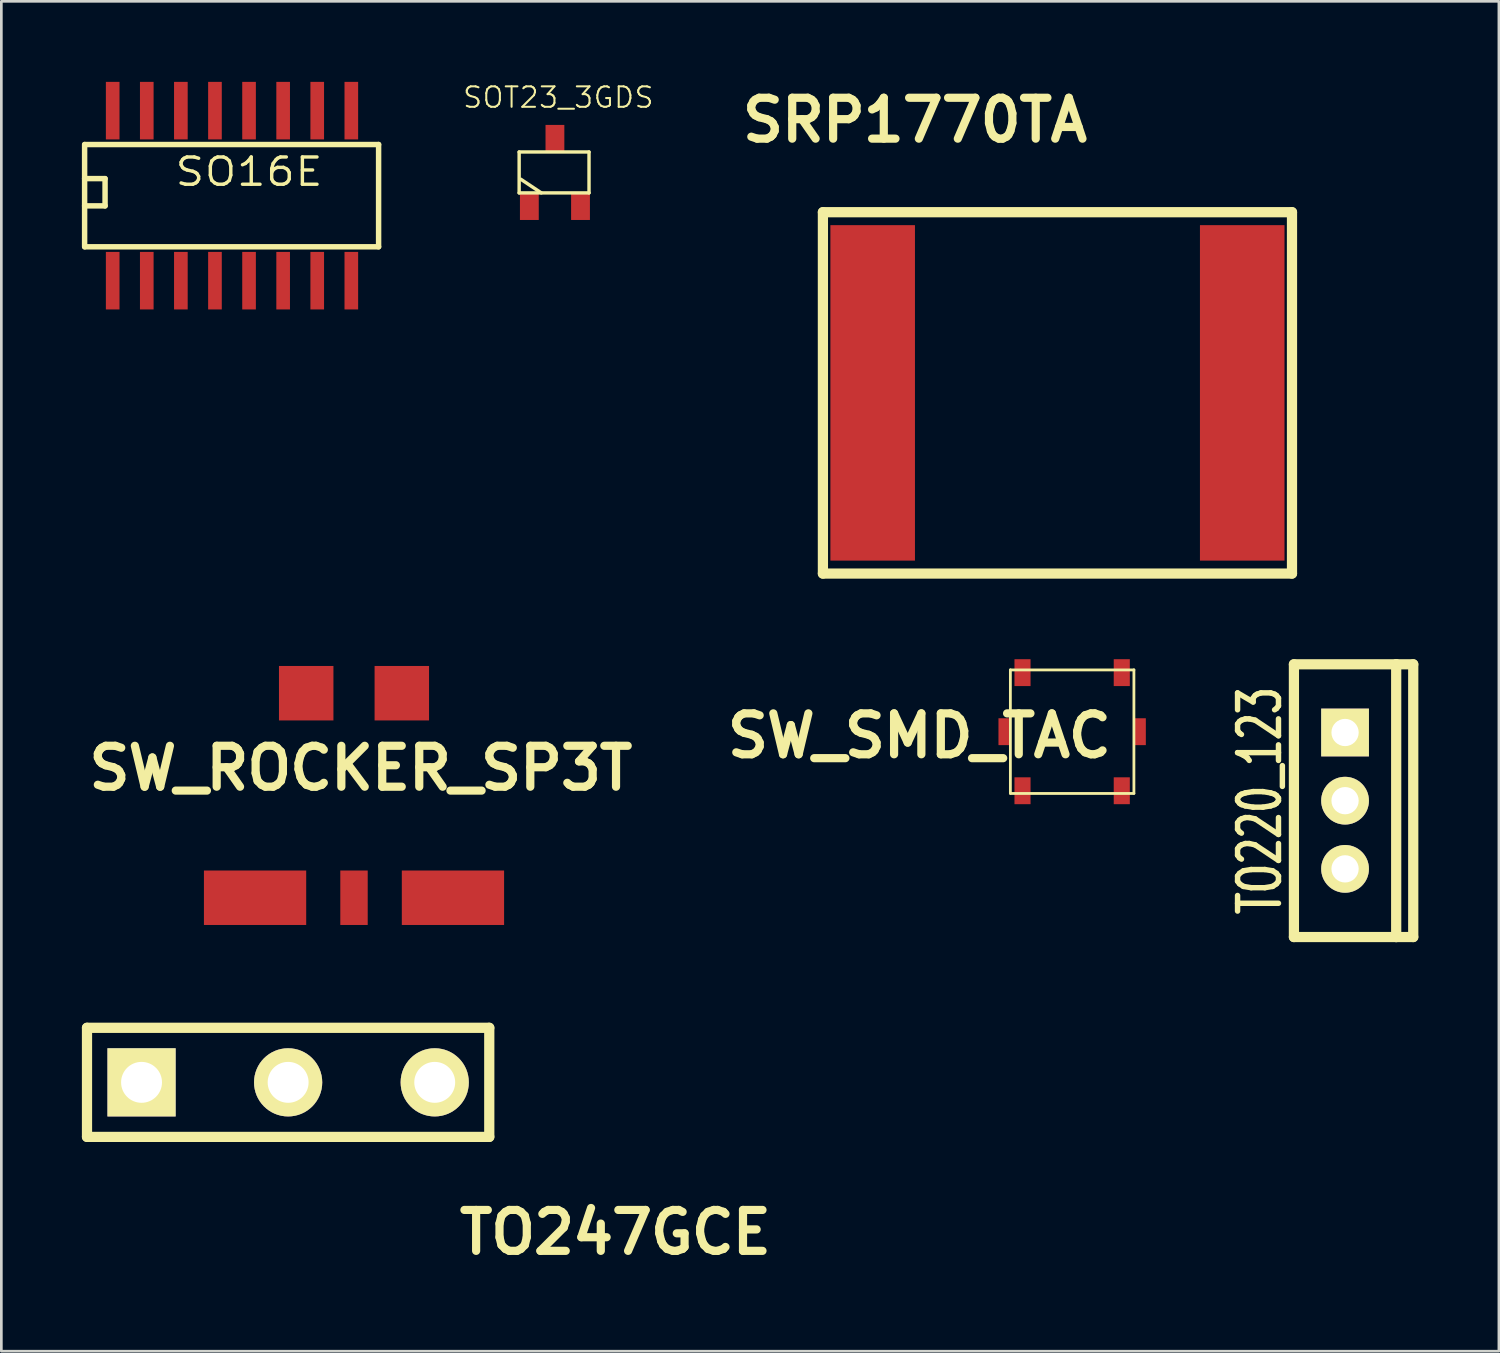
<source format=kicad_pcb>
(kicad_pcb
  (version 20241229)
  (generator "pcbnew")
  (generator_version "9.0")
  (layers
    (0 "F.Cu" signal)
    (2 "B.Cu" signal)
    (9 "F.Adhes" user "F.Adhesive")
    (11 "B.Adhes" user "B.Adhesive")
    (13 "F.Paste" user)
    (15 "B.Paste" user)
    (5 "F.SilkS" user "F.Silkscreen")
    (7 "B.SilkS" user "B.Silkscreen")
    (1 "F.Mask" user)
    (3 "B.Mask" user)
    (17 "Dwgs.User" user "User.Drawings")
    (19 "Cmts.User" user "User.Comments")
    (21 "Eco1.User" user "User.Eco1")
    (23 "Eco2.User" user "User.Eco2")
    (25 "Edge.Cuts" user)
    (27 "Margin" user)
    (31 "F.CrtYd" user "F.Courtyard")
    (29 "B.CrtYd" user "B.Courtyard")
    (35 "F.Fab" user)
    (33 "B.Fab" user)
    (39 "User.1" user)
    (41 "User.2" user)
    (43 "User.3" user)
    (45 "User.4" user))
  (footprint "SOT23_3GDS"
    (layer "F.Cu")
    (at 17.623 3.374)
    (property "Reference" "SOT23_3GDS" (at 0.127 -2.794 0) (layer "F.SilkS") (effects (font (size 0.762 0.762) (thickness 0.076))))
    (attr through_hole)
    (fp_line (start -1.333 -0.762) (end 1.27 -0.762) (stroke (width 0.127) (type solid)) (layer "F.SilkS"))
    (fp_line (start -1.333 0.762) (end -1.333 -0.762) (stroke (width 0.127) (type solid)) (layer "F.SilkS"))
    (fp_line (start -0.508 0.762) (end -1.27 0.254) (stroke (width 0.127) (type solid)) (layer "F.SilkS"))
    (fp_line (start 1.27 -0.762) (end 1.27 0.762) (stroke (width 0.127) (type solid)) (layer "F.SilkS"))
    (fp_line (start 1.27 0.762) (end -1.333 0.762) (stroke (width 0.127) (type solid)) (layer "F.SilkS"))
    (pad "D" smd rect (at 0 -1.27) (size 0.701 1.001) (layers "F.Cu" "F.Mask" "F.Paste"))
    (pad "G" smd rect (at -0.953 1.27) (size 0.701 1.001) (layers "F.Cu" "F.Mask" "F.Paste"))
    (pad "S" smd rect (at 0.953 1.27) (size 0.701 1.001) (layers "F.Cu" "F.Mask" "F.Paste")))
  (footprint "TO220_123"
    (layer "F.Cu")
    (at 47.058 26.778)
    (property "Reference" "TO220_123" (at -3.175 0 90) (layer "F.SilkS") (effects (font (size 1.524 1.016) (thickness 0.203))))
    (attr through_hole)
    (fp_line (start -1.905 -5.08) (end 1.905 -5.08) (stroke (width 0.381) (type solid)) (layer "F.SilkS"))
    (fp_line (start -1.905 5.08) (end -1.905 -5.08) (stroke (width 0.381) (type solid)) (layer "F.SilkS"))
    (fp_line (start 1.905 -5.08) (end 1.905 5.08) (stroke (width 0.381) (type solid)) (layer "F.SilkS"))
    (fp_line (start 1.905 -5.08) (end 2.54 -5.08) (stroke (width 0.381) (type solid)) (layer "F.SilkS"))
    (fp_line (start 1.905 5.08) (end -1.905 5.08) (stroke (width 0.381) (type solid)) (layer "F.SilkS"))
    (fp_line (start 2.54 -5.08) (end 2.54 5.08) (stroke (width 0.381) (type solid)) (layer "F.SilkS"))
    (fp_line (start 2.54 5.08) (end 1.905 5.08) (stroke (width 0.381) (type solid)) (layer "F.SilkS"))
    (pad "1" thru_hole rect (at 0 -2.54) (size 1.778 1.778) (drill 1.016) (layers "*.Cu" "*.Mask" "F.SilkS"))
    (pad "2" thru_hole circle (at 0 0) (size 1.778 1.778) (drill 1.016) (layers "*.Cu" "*.Mask" "F.SilkS"))
    (pad "3" thru_hole circle (at 0 2.54) (size 1.778 1.778) (drill 1.016) (layers "*.Cu" "*.Mask" "F.SilkS")))
  (footprint "SRP1770TA"
    (layer "F.Cu")
    (at 31.035 11.586)
    (property "Reference" "SRP1770TA" (at 0 -10.16 0) (layer "F.SilkS") (effects (font (size 1.524 1.524) (thickness 0.305))))
    (attr through_hole)
    (fp_line (start -3.429 -6.731) (end -3.429 6.731) (stroke (width 0.381) (type solid)) (layer "F.SilkS"))
    (fp_line (start -3.429 -6.731) (end 14.046 -6.731) (stroke (width 0.381) (type solid)) (layer "F.SilkS"))
    (fp_line (start -3.429 6.731) (end 14.046 6.731) (stroke (width 0.381) (type solid)) (layer "F.SilkS"))
    (fp_line (start 14.046 -6.731) (end 14.046 6.731) (stroke (width 0.381) (type solid)) (layer "F.SilkS"))
    (pad "1" smd rect (at -1.575 0) (size 3.15 12.497) (layers "F.Cu" "F.Mask" "F.Paste"))
    (pad "2" smd rect (at 12.192 0) (size 3.15 12.497) (layers "F.Cu" "F.Mask" "F.Paste")))
  (footprint "SW_ROCKER_SP3T"
    (layer "F.Cu")
    (at 10.138 21.758)
    (property "Reference" "SW_ROCKER_SP3T" (at 0.254 3.81 0) (layer "F.SilkS") (effects (font (size 1.524 1.524) (thickness 0.305))))
    (attr through_hole)
    (pad "" smd rect (at -1.781 1.016) (size 2.029 2.029) (layers "F.Cu" "F.Mask" "F.Paste"))
    (pad "" smd rect (at 1.781 1.016) (size 2.029 2.029) (layers "F.Cu" "F.Mask" "F.Paste"))
    (pad "1" smd rect (at -3.686 8.636) (size 3.81 2.029) (layers "F.Cu" "F.Mask" "F.Paste"))
    (pad "2" smd rect (at 0 8.636) (size 1.021 2.029) (layers "F.Cu" "F.Mask" "F.Paste"))
    (pad "3" smd rect (at 3.686 8.636) (size 3.81 2.029) (layers "F.Cu" "F.Mask" "F.Paste")))
  (footprint "SO16E"
    (layer "F.Cu")
    (at 6.228 4.112)
    (property "Reference" "SO16E" (at 0 -0.762 0) (layer "F.SilkS") (effects (font (size 1.016 1.143) (thickness 0.127))))
    (attr smd)
    (fp_line (start -6.126 -0.508) (end -5.364 -0.508) (stroke (width 0.203) (type solid)) (layer "F.SilkS"))
    (fp_line (start -6.126 2.032) (end -6.126 -1.778) (stroke (width 0.203) (type solid)) (layer "F.SilkS"))
    (fp_line (start -6.121 -1.778) (end 4.826 -1.778) (stroke (width 0.203) (type solid)) (layer "F.SilkS"))
    (fp_line (start -6.121 2.032) (end 4.826 2.032) (stroke (width 0.203) (type solid)) (layer "F.SilkS"))
    (fp_line (start -5.364 -0.508) (end -5.364 0.508) (stroke (width 0.203) (type solid)) (layer "F.SilkS"))
    (fp_line (start -5.364 0.508) (end -6.126 0.508) (stroke (width 0.203) (type solid)) (layer "F.SilkS"))
    (fp_line (start 4.826 -1.778) (end 4.826 2.032) (stroke (width 0.203) (type solid)) (layer "F.SilkS"))
    (pad "1" smd rect (at -5.08 3.294 180) (size 0.508 2.144) (layers "F.Cu" "F.Mask" "F.Paste"))
    (pad "2" smd rect (at -3.81 3.294) (size 0.508 2.144) (layers "F.Cu" "F.Mask" "F.Paste"))
    (pad "3" smd rect (at -2.54 3.294) (size 0.508 2.144) (layers "F.Cu" "F.Mask" "F.Paste"))
    (pad "4" smd rect (at -1.27 3.294) (size 0.508 2.144) (layers "F.Cu" "F.Mask" "F.Paste"))
    (pad "5" smd rect (at 0 3.294) (size 0.508 2.144) (layers "F.Cu" "F.Mask" "F.Paste"))
    (pad "6" smd rect (at 1.27 3.294) (size 0.508 2.144) (layers "F.Cu" "F.Mask" "F.Paste"))
    (pad "7" smd rect (at 2.54 3.294) (size 0.508 2.144) (layers "F.Cu" "F.Mask" "F.Paste"))
    (pad "8" smd rect (at 3.81 3.294) (size 0.508 2.144) (layers "F.Cu" "F.Mask" "F.Paste"))
    (pad "9" smd rect (at 3.81 -3.04 180) (size 0.508 2.144) (layers "F.Cu" "F.Mask" "F.Paste"))
    (pad "10" smd rect (at 2.54 -3.04 180) (size 0.508 2.144) (layers "F.Cu" "F.Mask" "F.Paste"))
    (pad "11" smd rect (at 1.27 -3.04 180) (size 0.508 2.144) (layers "F.Cu" "F.Mask" "F.Paste"))
    (pad "12" smd rect (at 0 -3.04 180) (size 0.508 2.144) (layers "F.Cu" "F.Mask" "F.Paste"))
    (pad "13" smd rect (at -1.27 -3.04 180) (size 0.508 2.144) (layers "F.Cu" "F.Mask" "F.Paste"))
    (pad "14" smd rect (at -2.54 -3.04 180) (size 0.508 2.144) (layers "F.Cu" "F.Mask" "F.Paste"))
    (pad "15" smd rect (at -3.81 -3.04 180) (size 0.508 2.144) (layers "F.Cu" "F.Mask" "F.Paste"))
    (pad "16" smd rect (at -5.08 -3.04 180) (size 0.508 2.144) (layers "F.Cu" "F.Mask" "F.Paste")))
  (footprint "SW_SMD_TAC"
    (layer "F.Cu")
    (at 36.891 24.208)
    (property "Reference" "SW_SMD_TAC" (at -5.69 0.152 0) (layer "F.SilkS") (effects (font (size 1.524 1.524) (thickness 0.305))))
    (attr through_hole)
    (fp_line (start -2.301 2.296) (end -2.301 -2.304) (stroke (width 0.104) (type solid)) (layer "F.SilkS"))
    (fp_line (start -2.299 -2.301) (end 2.301 -2.301) (stroke (width 0.104) (type solid)) (layer "F.SilkS"))
    (fp_line (start -2.299 2.301) (end 2.301 2.301) (stroke (width 0.104) (type solid)) (layer "F.SilkS"))
    (fp_line (start 2.301 2.296) (end 2.301 -2.304) (stroke (width 0.104) (type solid)) (layer "F.SilkS"))
    (pad "" smd rect (at -2.52 0) (size 0.45 1.001) (layers "F.Cu" "F.Mask" "F.Paste"))
    (pad "" smd rect (at 2.52 0) (size 0.45 1.001) (layers "F.Cu" "F.Mask" "F.Paste"))
    (pad "1" smd rect (at -1.849 -2.2) (size 0.599 1.001) (layers "F.Cu" "F.Mask" "F.Paste"))
    (pad "1" smd rect (at -1.849 2.2) (size 0.599 1.001) (layers "F.Cu" "F.Mask" "F.Paste"))
    (pad "2" smd rect (at 1.849 -2.2) (size 0.599 1.001) (layers "F.Cu" "F.Mask" "F.Paste"))
    (pad "2" smd rect (at 1.849 2.2) (size 0.599 1.001) (layers "F.Cu" "F.Mask" "F.Paste")))
  (footprint "TO247GCE"
    (layer "F.Cu")
    (at 7.684 37.271)
    (property "Reference" "TO247GCE" (at 12.192 5.588 0) (layer "F.SilkS") (effects (font (size 1.524 1.524) (thickness 0.305))))
    (attr through_hole)
    (fp_line (start -7.493 -2.032) (end 7.493 -2.032) (stroke (width 0.381) (type solid)) (layer "F.SilkS"))
    (fp_line (start -7.493 2.032) (end -7.493 -2.032) (stroke (width 0.381) (type solid)) (layer "F.SilkS"))
    (fp_line (start 7.493 -2.032) (end 7.493 2.032) (stroke (width 0.381) (type solid)) (layer "F.SilkS"))
    (fp_line (start 7.493 2.032) (end -7.493 2.032) (stroke (width 0.381) (type solid)) (layer "F.SilkS"))
    (pad "C" thru_hole circle (at 0 0) (size 2.54 2.54) (drill 1.524) (layers "*.Cu" "*.Mask" "F.SilkS"))
    (pad "E" thru_hole circle (at 5.461 0) (size 2.54 2.54) (drill 1.524) (layers "*.Cu" "*.Mask" "F.SilkS"))
    (pad "G" thru_hole rect (at -5.461 0) (size 2.54 2.54) (drill 1.524) (layers "*.Cu" "*.Mask" "F.SilkS")))
  (gr_rect
    (start -3 -3)
    (end 52.789 47.286)
    (stroke (width 0.1) (type default))
    (fill no)
    (layer "Edge.Cuts")))
</source>
